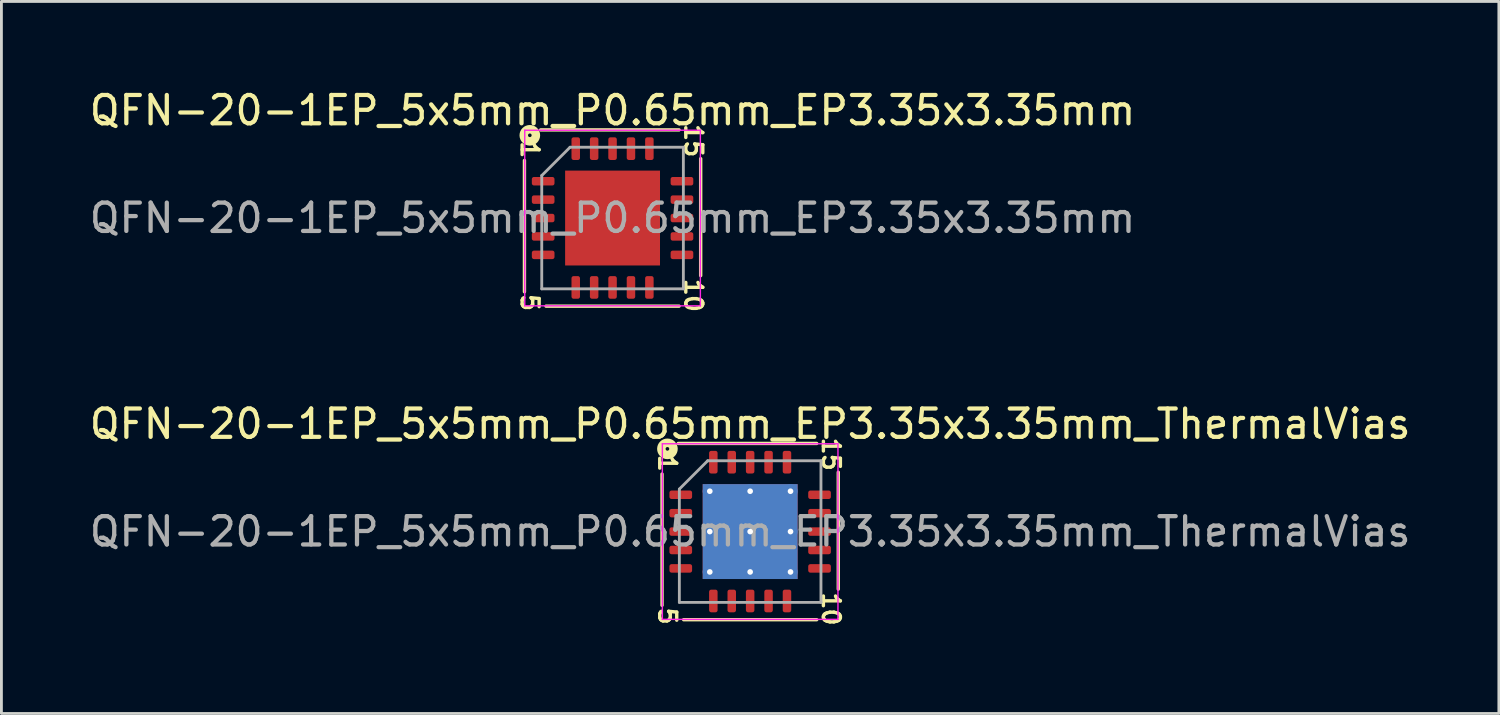
<source format=kicad_pcb>
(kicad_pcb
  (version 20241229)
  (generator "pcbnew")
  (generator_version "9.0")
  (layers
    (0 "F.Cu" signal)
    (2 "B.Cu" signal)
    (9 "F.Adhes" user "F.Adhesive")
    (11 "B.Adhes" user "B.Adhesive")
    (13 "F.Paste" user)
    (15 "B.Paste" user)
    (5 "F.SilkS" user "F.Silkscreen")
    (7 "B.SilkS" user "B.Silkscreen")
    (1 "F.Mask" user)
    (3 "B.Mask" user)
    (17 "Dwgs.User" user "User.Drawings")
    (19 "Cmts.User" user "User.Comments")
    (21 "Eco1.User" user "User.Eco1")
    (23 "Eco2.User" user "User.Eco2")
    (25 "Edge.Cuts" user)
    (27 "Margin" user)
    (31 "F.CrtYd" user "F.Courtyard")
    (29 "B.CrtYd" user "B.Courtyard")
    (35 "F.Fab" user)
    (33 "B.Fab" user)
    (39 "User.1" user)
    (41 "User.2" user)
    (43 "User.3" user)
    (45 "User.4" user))
  (footprint "QFN-20-1EP_5x5mm_P0.65mm_EP3.35x3.35mm"
    (layer "F.Cu")
    (at 18.577 4.648)
    (property "Reference" "QFN-20-1EP_5x5mm_P0.65mm_EP3.35x3.35mm" (at 0 -3.8 0) (layer "F.SilkS") (effects (font (size 1 1) (thickness 0.15))))
    (attr smd)
    (fp_line (start -3.111 -2.032) (end -3.111 2.603) (stroke (width 0.12) (type solid)) (layer "F.SilkS"))
    (fp_line (start -2.349 3.111) (end 2.349 3.111) (stroke (width 0.12) (type solid)) (layer "F.SilkS"))
    (fp_line (start 2.349 -3.111) (end -2.54 -3.111) (stroke (width 0.12) (type solid)) (layer "F.SilkS"))
    (fp_line (start 3.111 2.032) (end 3.111 -2.095) (stroke (width 0.12) (type solid)) (layer "F.SilkS"))
    (fp_circle (center -2.921 -2.921) (end -2.857 -2.921) (stroke (width 0.3) (type solid)) (fill no) (layer "F.SilkS"))
    (fp_line (start -3.1 -3.1) (end -3.1 3.1) (stroke (width 0.05) (type solid)) (layer "F.CrtYd"))
    (fp_line (start -3.1 3.1) (end 3.1 3.1) (stroke (width 0.05) (type solid)) (layer "F.CrtYd"))
    (fp_line (start 3.1 -3.1) (end -3.1 -3.1) (stroke (width 0.05) (type solid)) (layer "F.CrtYd"))
    (fp_line (start 3.1 3.1) (end 3.1 -3.1) (stroke (width 0.05) (type solid)) (layer "F.CrtYd"))
    (fp_line (start -2.5 -1.5) (end -1.5 -2.5) (stroke (width 0.1) (type solid)) (layer "F.Fab"))
    (fp_line (start -2.5 2.5) (end -2.5 -1.5) (stroke (width 0.1) (type solid)) (layer "F.Fab"))
    (fp_line (start -1.5 -2.5) (end 2.5 -2.5) (stroke (width 0.1) (type solid)) (layer "F.Fab"))
    (fp_line (start 2.5 -2.5) (end 2.5 2.5) (stroke (width 0.1) (type solid)) (layer "F.Fab"))
    (fp_line (start 2.5 2.5) (end -2.5 2.5) (stroke (width 0.1) (type solid)) (layer "F.Fab"))
    (fp_text user "5" (at -2.921 2.985 270) (unlocked yes) (layer "F.SilkS") (effects (font (size 0.6 0.6) (thickness 0.12))))
    (fp_text user "10" (at 2.857 2.731 270) (unlocked yes) (layer "F.SilkS") (effects (font (size 0.6 0.6) (thickness 0.12))))
    (fp_text user "15" (at 2.857 -2.731 270) (unlocked yes) (layer "F.SilkS") (effects (font (size 0.6 0.6) (thickness 0.12))))
    (fp_text user "1" (at -2.921 -2.413 270) (unlocked yes) (layer "F.SilkS") (effects (font (size 0.6 0.6) (thickness 0.12))))
    (fp_text user "${REFERENCE}" (at 0 0 0) (layer "F.Fab") (effects (font (size 1 1) (thickness 0.15))))
    (pad "" smd roundrect (at -0.84 -0.84) (size 1.35 1.35) (layers "F.Paste") (roundrect_rratio 0.185))
    (pad "" smd roundrect (at -0.84 0.84) (size 1.35 1.35) (layers "F.Paste") (roundrect_rratio 0.185))
    (pad "" smd roundrect (at 0.84 -0.84) (size 1.35 1.35) (layers "F.Paste") (roundrect_rratio 0.185))
    (pad "" smd roundrect (at 0.84 0.84) (size 1.35 1.35) (layers "F.Paste") (roundrect_rratio 0.185))
    (pad "1" smd roundrect (at -2.45 -1.3) (size 0.8 0.3) (layers "F.Cu" "F.Mask" "F.Paste") (roundrect_rratio 0.25))
    (pad "2" smd roundrect (at -2.45 -0.65) (size 0.8 0.3) (layers "F.Cu" "F.Mask" "F.Paste") (roundrect_rratio 0.25))
    (pad "3" smd roundrect (at -2.45 0) (size 0.8 0.3) (layers "F.Cu" "F.Mask" "F.Paste") (roundrect_rratio 0.25))
    (pad "4" smd roundrect (at -2.45 0.65) (size 0.8 0.3) (layers "F.Cu" "F.Mask" "F.Paste") (roundrect_rratio 0.25))
    (pad "5" smd roundrect (at -2.45 1.3) (size 0.8 0.3) (layers "F.Cu" "F.Mask" "F.Paste") (roundrect_rratio 0.25))
    (pad "6" smd roundrect (at -1.3 2.45) (size 0.3 0.8) (layers "F.Cu" "F.Mask" "F.Paste") (roundrect_rratio 0.25))
    (pad "7" smd roundrect (at -0.65 2.45) (size 0.3 0.8) (layers "F.Cu" "F.Mask" "F.Paste") (roundrect_rratio 0.25))
    (pad "8" smd roundrect (at 0 2.45) (size 0.3 0.8) (layers "F.Cu" "F.Mask" "F.Paste") (roundrect_rratio 0.25))
    (pad "9" smd roundrect (at 0.65 2.45) (size 0.3 0.8) (layers "F.Cu" "F.Mask" "F.Paste") (roundrect_rratio 0.25))
    (pad "10" smd roundrect (at 1.3 2.45) (size 0.3 0.8) (layers "F.Cu" "F.Mask" "F.Paste") (roundrect_rratio 0.25))
    (pad "11" smd roundrect (at 2.45 1.3) (size 0.8 0.3) (layers "F.Cu" "F.Mask" "F.Paste") (roundrect_rratio 0.25))
    (pad "12" smd roundrect (at 2.45 0.65) (size 0.8 0.3) (layers "F.Cu" "F.Mask" "F.Paste") (roundrect_rratio 0.25))
    (pad "13" smd roundrect (at 2.45 0) (size 0.8 0.3) (layers "F.Cu" "F.Mask" "F.Paste") (roundrect_rratio 0.25))
    (pad "14" smd roundrect (at 2.45 -0.65) (size 0.8 0.3) (layers "F.Cu" "F.Mask" "F.Paste") (roundrect_rratio 0.25))
    (pad "15" smd roundrect (at 2.45 -1.3) (size 0.8 0.3) (layers "F.Cu" "F.Mask" "F.Paste") (roundrect_rratio 0.25))
    (pad "16" smd roundrect (at 1.3 -2.45) (size 0.3 0.8) (layers "F.Cu" "F.Mask" "F.Paste") (roundrect_rratio 0.25))
    (pad "17" smd roundrect (at 0.65 -2.45) (size 0.3 0.8) (layers "F.Cu" "F.Mask" "F.Paste") (roundrect_rratio 0.25))
    (pad "18" smd roundrect (at 0 -2.45) (size 0.3 0.8) (layers "F.Cu" "F.Mask" "F.Paste") (roundrect_rratio 0.25))
    (pad "19" smd roundrect (at -0.65 -2.45) (size 0.3 0.8) (layers "F.Cu" "F.Mask" "F.Paste") (roundrect_rratio 0.25))
    (pad "20" smd roundrect (at -1.3 -2.45) (size 0.3 0.8) (layers "F.Cu" "F.Mask" "F.Paste") (roundrect_rratio 0.25))
    (pad "21" smd rect (at 0 0) (size 3.35 3.35) (layers "F.Cu" "F.Mask")))
  (footprint "QFN-20-1EP_5x5mm_P0.65mm_EP3.35x3.35mm_ThermalVias"
    (layer "F.Cu")
    (at 23.435 15.718)
    (property "Reference" "QFN-20-1EP_5x5mm_P0.65mm_EP3.35x3.35mm_ThermalVias" (at 0 -3.8 0) (layer "F.SilkS") (effects (font (size 1 1) (thickness 0.15))))
    (attr smd)
    (fp_line (start -3.111 -2.032) (end -3.111 2.603) (stroke (width 0.12) (type solid)) (layer "F.SilkS"))
    (fp_line (start -2.349 3.111) (end 2.349 3.111) (stroke (width 0.12) (type solid)) (layer "F.SilkS"))
    (fp_line (start 2.349 -3.111) (end -2.54 -3.111) (stroke (width 0.12) (type solid)) (layer "F.SilkS"))
    (fp_line (start 3.111 2.032) (end 3.111 -2.095) (stroke (width 0.12) (type solid)) (layer "F.SilkS"))
    (fp_circle (center -2.921 -2.921) (end -2.857 -2.921) (stroke (width 0.3) (type solid)) (fill no) (layer "F.SilkS"))
    (fp_line (start -3.1 -3.1) (end -3.1 3.1) (stroke (width 0.05) (type solid)) (layer "F.CrtYd"))
    (fp_line (start -3.1 3.1) (end 3.1 3.1) (stroke (width 0.05) (type solid)) (layer "F.CrtYd"))
    (fp_line (start 3.1 -3.1) (end -3.1 -3.1) (stroke (width 0.05) (type solid)) (layer "F.CrtYd"))
    (fp_line (start 3.1 3.1) (end 3.1 -3.1) (stroke (width 0.05) (type solid)) (layer "F.CrtYd"))
    (fp_line (start -2.5 -1.5) (end -1.5 -2.5) (stroke (width 0.1) (type solid)) (layer "F.Fab"))
    (fp_line (start -2.5 2.5) (end -2.5 -1.5) (stroke (width 0.1) (type solid)) (layer "F.Fab"))
    (fp_line (start -1.5 -2.5) (end 2.5 -2.5) (stroke (width 0.1) (type solid)) (layer "F.Fab"))
    (fp_line (start 2.5 -2.5) (end 2.5 2.5) (stroke (width 0.1) (type solid)) (layer "F.Fab"))
    (fp_line (start 2.5 2.5) (end -2.5 2.5) (stroke (width 0.1) (type solid)) (layer "F.Fab"))
    (fp_text user "10" (at 2.857 2.731 270) (unlocked yes) (layer "F.SilkS") (effects (font (size 0.6 0.6) (thickness 0.12))))
    (fp_text user "15" (at 2.857 -2.731 270) (unlocked yes) (layer "F.SilkS") (effects (font (size 0.6 0.6) (thickness 0.12))))
    (fp_text user "1" (at -2.921 -2.413 270) (unlocked yes) (layer "F.SilkS") (effects (font (size 0.6 0.6) (thickness 0.12))))
    (fp_text user "5" (at -2.921 2.985 270) (unlocked yes) (layer "F.SilkS") (effects (font (size 0.6 0.6) (thickness 0.12))))
    (fp_text user "${REFERENCE}" (at 0 0 0) (layer "F.Fab") (effects (font (size 1 1) (thickness 0.15))))
    (pad "" smd roundrect (at -0.84 -0.84) (size 1.45 1.45) (layers "F.Paste") (roundrect_rratio 0.172))
    (pad "" smd roundrect (at -0.84 0.84) (size 1.45 1.45) (layers "F.Paste") (roundrect_rratio 0.172))
    (pad "" smd roundrect (at 0.84 -0.84) (size 1.45 1.45) (layers "F.Paste") (roundrect_rratio 0.172))
    (pad "" smd roundrect (at 0.84 0.84) (size 1.45 1.45) (layers "F.Paste") (roundrect_rratio 0.172))
    (pad "1" smd roundrect (at -2.45 -1.3) (size 0.8 0.3) (layers "F.Cu" "F.Mask" "F.Paste") (roundrect_rratio 0.25))
    (pad "2" smd roundrect (at -2.45 -0.65) (size 0.8 0.3) (layers "F.Cu" "F.Mask" "F.Paste") (roundrect_rratio 0.25))
    (pad "3" smd roundrect (at -2.45 0) (size 0.8 0.3) (layers "F.Cu" "F.Mask" "F.Paste") (roundrect_rratio 0.25))
    (pad "4" smd roundrect (at -2.45 0.65) (size 0.8 0.3) (layers "F.Cu" "F.Mask" "F.Paste") (roundrect_rratio 0.25))
    (pad "5" smd roundrect (at -2.45 1.3) (size 0.8 0.3) (layers "F.Cu" "F.Mask" "F.Paste") (roundrect_rratio 0.25))
    (pad "6" smd roundrect (at -1.3 2.45) (size 0.3 0.8) (layers "F.Cu" "F.Mask" "F.Paste") (roundrect_rratio 0.25))
    (pad "7" smd roundrect (at -0.65 2.45) (size 0.3 0.8) (layers "F.Cu" "F.Mask" "F.Paste") (roundrect_rratio 0.25))
    (pad "8" smd roundrect (at 0 2.45) (size 0.3 0.8) (layers "F.Cu" "F.Mask" "F.Paste") (roundrect_rratio 0.25))
    (pad "9" smd roundrect (at 0.65 2.45) (size 0.3 0.8) (layers "F.Cu" "F.Mask" "F.Paste") (roundrect_rratio 0.25))
    (pad "10" smd roundrect (at 1.3 2.45) (size 0.3 0.8) (layers "F.Cu" "F.Mask" "F.Paste") (roundrect_rratio 0.25))
    (pad "11" smd roundrect (at 2.45 1.3) (size 0.8 0.3) (layers "F.Cu" "F.Mask" "F.Paste") (roundrect_rratio 0.25))
    (pad "12" smd roundrect (at 2.45 0.65) (size 0.8 0.3) (layers "F.Cu" "F.Mask" "F.Paste") (roundrect_rratio 0.25))
    (pad "13" smd roundrect (at 2.45 0) (size 0.8 0.3) (layers "F.Cu" "F.Mask" "F.Paste") (roundrect_rratio 0.25))
    (pad "14" smd roundrect (at 2.45 -0.65) (size 0.8 0.3) (layers "F.Cu" "F.Mask" "F.Paste") (roundrect_rratio 0.25))
    (pad "15" smd roundrect (at 2.45 -1.3) (size 0.8 0.3) (layers "F.Cu" "F.Mask" "F.Paste") (roundrect_rratio 0.25))
    (pad "16" smd roundrect (at 1.3 -2.45) (size 0.3 0.8) (layers "F.Cu" "F.Mask" "F.Paste") (roundrect_rratio 0.25))
    (pad "17" smd roundrect (at 0.65 -2.45) (size 0.3 0.8) (layers "F.Cu" "F.Mask" "F.Paste") (roundrect_rratio 0.25))
    (pad "18" smd roundrect (at 0 -2.45) (size 0.3 0.8) (layers "F.Cu" "F.Mask" "F.Paste") (roundrect_rratio 0.25))
    (pad "19" smd roundrect (at -0.65 -2.45) (size 0.3 0.8) (layers "F.Cu" "F.Mask" "F.Paste") (roundrect_rratio 0.25))
    (pad "20" smd roundrect (at -1.3 -2.45) (size 0.3 0.8) (layers "F.Cu" "F.Mask" "F.Paste") (roundrect_rratio 0.25))
    (pad "21" thru_hole circle (at -1.425 -1.425) (size 0.5 0.5) (drill 0.2) (layers "*.Cu"))
    (pad "21" thru_hole circle (at -1.425 0) (size 0.5 0.5) (drill 0.2) (layers "*.Cu"))
    (pad "21" thru_hole circle (at -1.425 1.425) (size 0.5 0.5) (drill 0.2) (layers "*.Cu"))
    (pad "21" thru_hole circle (at 0 -1.425) (size 0.5 0.5) (drill 0.2) (layers "*.Cu"))
    (pad "21" thru_hole circle (at 0 0) (size 0.5 0.5) (drill 0.2) (layers "*.Cu"))
    (pad "21" smd rect (at 0 0) (size 3.35 3.35) (layers "F.Cu" "F.Mask"))
    (pad "21" smd rect (at 0 0) (size 3.35 3.35) (layers "B.Cu" "B.Mask"))
    (pad "21" thru_hole circle (at 0 1.425) (size 0.5 0.5) (drill 0.2) (layers "*.Cu"))
    (pad "21" thru_hole circle (at 1.425 -1.425) (size 0.5 0.5) (drill 0.2) (layers "*.Cu"))
    (pad "21" thru_hole circle (at 1.425 0) (size 0.5 0.5) (drill 0.2) (layers "*.Cu"))
    (pad "21" thru_hole circle (at 1.425 1.425) (size 0.5 0.5) (drill 0.2) (layers "*.Cu")))
  (gr_rect
    (start -3 -3)
    (end 49.869 22.14)
    (stroke (width 0.1) (type default))
    (fill no)
    (layer "Edge.Cuts")))
</source>
